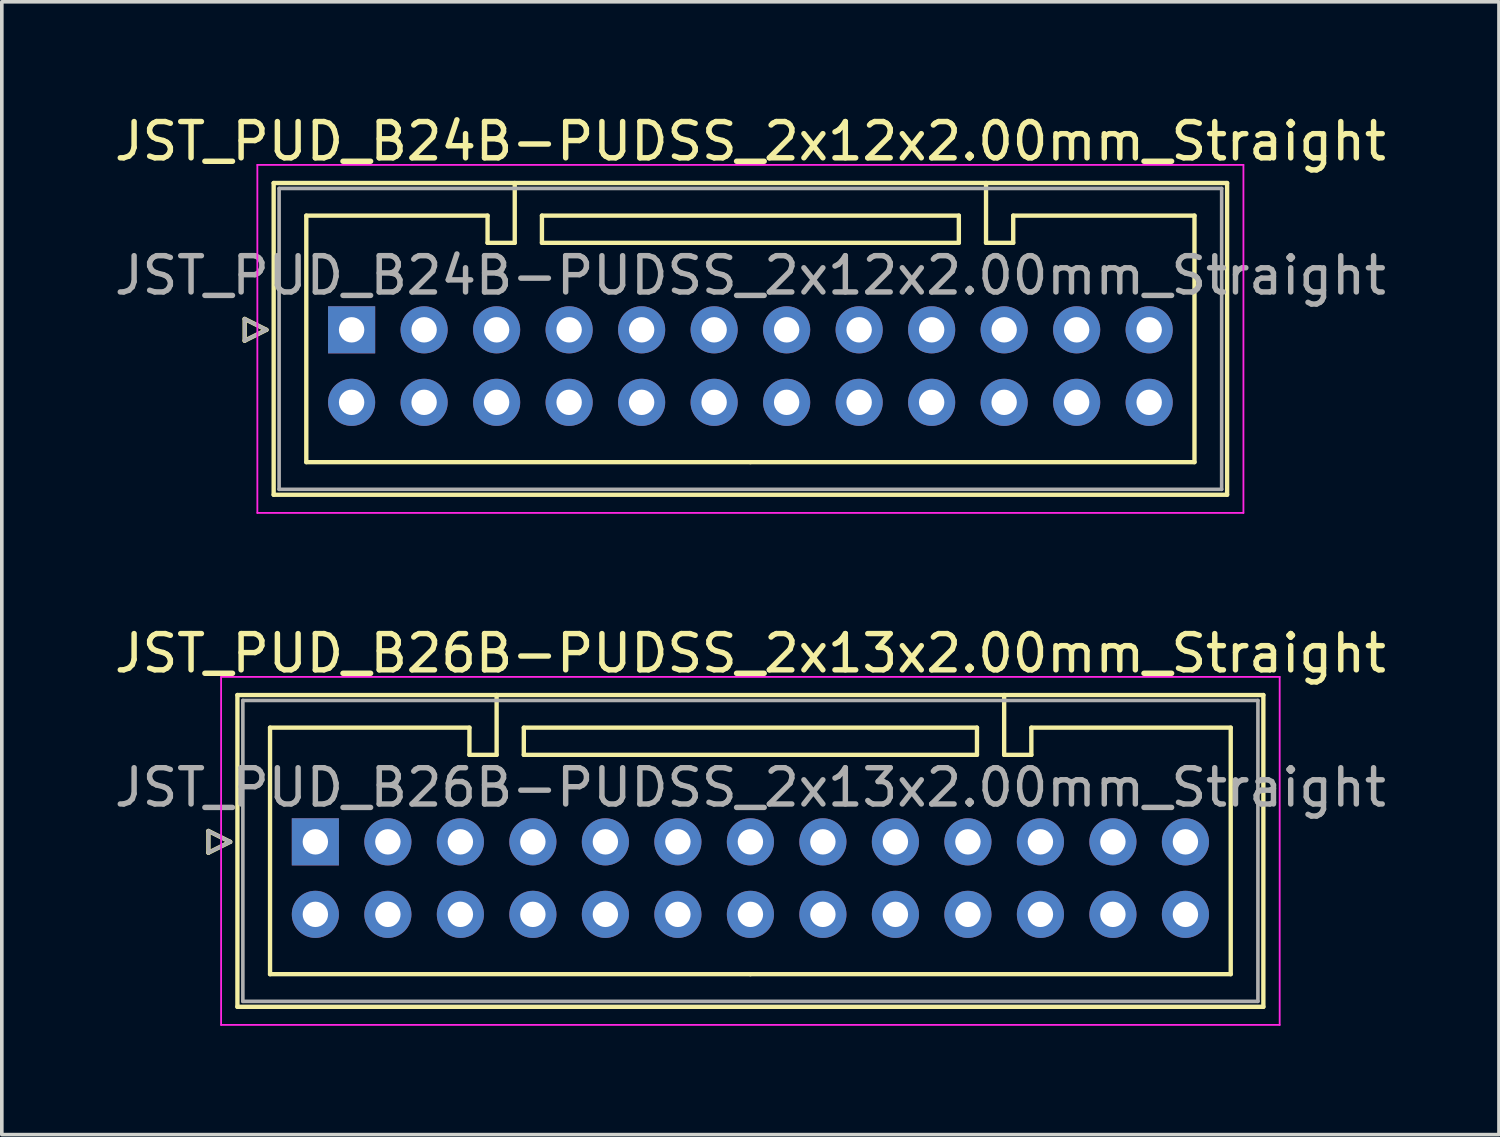
<source format=kicad_pcb>
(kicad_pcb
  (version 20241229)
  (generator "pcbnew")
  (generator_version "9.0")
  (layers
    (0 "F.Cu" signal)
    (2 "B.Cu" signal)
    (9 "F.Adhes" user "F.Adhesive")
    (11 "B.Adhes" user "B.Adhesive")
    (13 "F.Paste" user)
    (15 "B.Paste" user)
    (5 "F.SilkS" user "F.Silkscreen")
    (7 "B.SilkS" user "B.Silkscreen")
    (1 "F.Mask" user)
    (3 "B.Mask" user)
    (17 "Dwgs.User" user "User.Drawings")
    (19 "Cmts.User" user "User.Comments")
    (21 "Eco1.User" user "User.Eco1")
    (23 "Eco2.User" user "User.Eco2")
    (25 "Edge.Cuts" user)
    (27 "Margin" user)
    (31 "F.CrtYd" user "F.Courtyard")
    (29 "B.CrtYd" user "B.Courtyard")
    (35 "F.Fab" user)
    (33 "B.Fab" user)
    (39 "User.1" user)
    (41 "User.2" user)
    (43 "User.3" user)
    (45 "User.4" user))
  (footprint "JST_PUD_B26B-PUDSS_2x13x2.00mm_Straight"
    (layer "F.Cu")
    (at 5.649 20.172)
    (property "Reference" "JST_PUD_B26B-PUDSS_2x13x2.00mm_Straight" (at 12 -5.2 0) (layer "F.SilkS") (effects (font (size 1 1) (thickness 0.15))))
    (attr through_hole)
    (fp_line (start -2.95 -0.3) (end -2.35 0) (stroke (width 0.12) (type solid)) (layer "F.SilkS"))
    (fp_line (start -2.95 0.3) (end -2.95 -0.3) (stroke (width 0.12) (type solid)) (layer "F.SilkS"))
    (fp_line (start -2.35 0) (end -2.95 0.3) (stroke (width 0.12) (type solid)) (layer "F.SilkS"))
    (fp_line (start -2.15 -4.05) (end -2.15 4.55) (stroke (width 0.12) (type solid)) (layer "F.SilkS"))
    (fp_line (start -2.15 4.55) (end 26.15 4.55) (stroke (width 0.12) (type solid)) (layer "F.SilkS"))
    (fp_line (start -1.25 -3.15) (end -1.25 3.65) (stroke (width 0.12) (type solid)) (layer "F.SilkS"))
    (fp_line (start -1.25 3.65) (end 12 3.65) (stroke (width 0.12) (type solid)) (layer "F.SilkS"))
    (fp_line (start 4.25 -3.15) (end -1.25 -3.15) (stroke (width 0.12) (type solid)) (layer "F.SilkS"))
    (fp_line (start 4.25 -2.4) (end 4.25 -3.15) (stroke (width 0.12) (type solid)) (layer "F.SilkS"))
    (fp_line (start 5 -4.05) (end 5 -2.4) (stroke (width 0.12) (type solid)) (layer "F.SilkS"))
    (fp_line (start 5 -2.4) (end 4.25 -2.4) (stroke (width 0.12) (type solid)) (layer "F.SilkS"))
    (fp_line (start 5.75 -3.15) (end 5.75 -2.4) (stroke (width 0.12) (type solid)) (layer "F.SilkS"))
    (fp_line (start 5.75 -2.4) (end 18.25 -2.4) (stroke (width 0.12) (type solid)) (layer "F.SilkS"))
    (fp_line (start 18.25 -3.15) (end 5.75 -3.15) (stroke (width 0.12) (type solid)) (layer "F.SilkS"))
    (fp_line (start 18.25 -2.4) (end 18.25 -3.15) (stroke (width 0.12) (type solid)) (layer "F.SilkS"))
    (fp_line (start 19 -4.05) (end 19 -2.4) (stroke (width 0.12) (type solid)) (layer "F.SilkS"))
    (fp_line (start 19 -2.4) (end 19.75 -2.4) (stroke (width 0.12) (type solid)) (layer "F.SilkS"))
    (fp_line (start 19.75 -3.15) (end 25.25 -3.15) (stroke (width 0.12) (type solid)) (layer "F.SilkS"))
    (fp_line (start 19.75 -2.4) (end 19.75 -3.15) (stroke (width 0.12) (type solid)) (layer "F.SilkS"))
    (fp_line (start 25.25 -3.15) (end 25.25 3.65) (stroke (width 0.12) (type solid)) (layer "F.SilkS"))
    (fp_line (start 25.25 3.65) (end 12 3.65) (stroke (width 0.12) (type solid)) (layer "F.SilkS"))
    (fp_line (start 26.15 -4.05) (end -2.15 -4.05) (stroke (width 0.12) (type solid)) (layer "F.SilkS"))
    (fp_line (start 26.15 4.55) (end 26.15 -4.05) (stroke (width 0.12) (type solid)) (layer "F.SilkS"))
    (fp_line (start -2.6 -4.55) (end -2.6 5.05) (stroke (width 0.05) (type solid)) (layer "F.CrtYd"))
    (fp_line (start -2.6 5.05) (end 26.6 5.05) (stroke (width 0.05) (type solid)) (layer "F.CrtYd"))
    (fp_line (start 26.6 -4.55) (end -2.6 -4.55) (stroke (width 0.05) (type solid)) (layer "F.CrtYd"))
    (fp_line (start 26.6 5.05) (end 26.6 -4.55) (stroke (width 0.05) (type solid)) (layer "F.CrtYd"))
    (fp_line (start -2.95 -0.3) (end -2.35 0) (stroke (width 0.1) (type solid)) (layer "F.Fab"))
    (fp_line (start -2.95 0.3) (end -2.95 -0.3) (stroke (width 0.1) (type solid)) (layer "F.Fab"))
    (fp_line (start -2.35 0) (end -2.95 0.3) (stroke (width 0.1) (type solid)) (layer "F.Fab"))
    (fp_line (start -2 -3.9) (end -2 4.4) (stroke (width 0.1) (type solid)) (layer "F.Fab"))
    (fp_line (start -2 4.4) (end 26 4.4) (stroke (width 0.1) (type solid)) (layer "F.Fab"))
    (fp_line (start 26 -3.9) (end -2 -3.9) (stroke (width 0.1) (type solid)) (layer "F.Fab"))
    (fp_line (start 26 4.4) (end 26 -3.9) (stroke (width 0.1) (type solid)) (layer "F.Fab"))
    (fp_text user "${REFERENCE}" (at 12 -1.5 0) (layer "F.Fab") (effects (font (size 1 1) (thickness 0.15))))
    (pad "1" thru_hole rect (at 0 0) (size 1.3 1.3) (drill 0.7) (layers "*.Cu" "*.Mask"))
    (pad "2" thru_hole circle (at 0 2) (size 1.3 1.3) (drill 0.7) (layers "*.Cu" "*.Mask"))
    (pad "3" thru_hole circle (at 2 0) (size 1.3 1.3) (drill 0.7) (layers "*.Cu" "*.Mask"))
    (pad "4" thru_hole circle (at 2 2) (size 1.3 1.3) (drill 0.7) (layers "*.Cu" "*.Mask"))
    (pad "5" thru_hole circle (at 4 0) (size 1.3 1.3) (drill 0.7) (layers "*.Cu" "*.Mask"))
    (pad "6" thru_hole circle (at 4 2) (size 1.3 1.3) (drill 0.7) (layers "*.Cu" "*.Mask"))
    (pad "7" thru_hole circle (at 6 0) (size 1.3 1.3) (drill 0.7) (layers "*.Cu" "*.Mask"))
    (pad "8" thru_hole circle (at 6 2) (size 1.3 1.3) (drill 0.7) (layers "*.Cu" "*.Mask"))
    (pad "9" thru_hole circle (at 8 0) (size 1.3 1.3) (drill 0.7) (layers "*.Cu" "*.Mask"))
    (pad "10" thru_hole circle (at 8 2) (size 1.3 1.3) (drill 0.7) (layers "*.Cu" "*.Mask"))
    (pad "11" thru_hole circle (at 10 0) (size 1.3 1.3) (drill 0.7) (layers "*.Cu" "*.Mask"))
    (pad "12" thru_hole circle (at 10 2) (size 1.3 1.3) (drill 0.7) (layers "*.Cu" "*.Mask"))
    (pad "13" thru_hole circle (at 12 0) (size 1.3 1.3) (drill 0.7) (layers "*.Cu" "*.Mask"))
    (pad "14" thru_hole circle (at 12 2) (size 1.3 1.3) (drill 0.7) (layers "*.Cu" "*.Mask"))
    (pad "15" thru_hole circle (at 14 0) (size 1.3 1.3) (drill 0.7) (layers "*.Cu" "*.Mask"))
    (pad "16" thru_hole circle (at 14 2) (size 1.3 1.3) (drill 0.7) (layers "*.Cu" "*.Mask"))
    (pad "17" thru_hole circle (at 16 0) (size 1.3 1.3) (drill 0.7) (layers "*.Cu" "*.Mask"))
    (pad "18" thru_hole circle (at 16 2) (size 1.3 1.3) (drill 0.7) (layers "*.Cu" "*.Mask"))
    (pad "19" thru_hole circle (at 18 0) (size 1.3 1.3) (drill 0.7) (layers "*.Cu" "*.Mask"))
    (pad "20" thru_hole circle (at 18 2) (size 1.3 1.3) (drill 0.7) (layers "*.Cu" "*.Mask"))
    (pad "21" thru_hole circle (at 20 0) (size 1.3 1.3) (drill 0.7) (layers "*.Cu" "*.Mask"))
    (pad "22" thru_hole circle (at 20 2) (size 1.3 1.3) (drill 0.7) (layers "*.Cu" "*.Mask"))
    (pad "23" thru_hole circle (at 22 0) (size 1.3 1.3) (drill 0.7) (layers "*.Cu" "*.Mask"))
    (pad "24" thru_hole circle (at 22 2) (size 1.3 1.3) (drill 0.7) (layers "*.Cu" "*.Mask"))
    (pad "25" thru_hole circle (at 24 0) (size 1.3 1.3) (drill 0.7) (layers "*.Cu" "*.Mask"))
    (pad "26" thru_hole circle (at 24 2) (size 1.3 1.3) (drill 0.7) (layers "*.Cu" "*.Mask")))
  (footprint "JST_PUD_B24B-PUDSS_2x12x2.00mm_Straight"
    (layer "F.Cu")
    (at 6.649 6.048)
    (property "Reference" "JST_PUD_B24B-PUDSS_2x12x2.00mm_Straight" (at 11 -5.2 0) (layer "F.SilkS") (effects (font (size 1 1) (thickness 0.15))))
    (attr through_hole)
    (fp_line (start -2.95 -0.3) (end -2.35 0) (stroke (width 0.12) (type solid)) (layer "F.SilkS"))
    (fp_line (start -2.95 0.3) (end -2.95 -0.3) (stroke (width 0.12) (type solid)) (layer "F.SilkS"))
    (fp_line (start -2.35 0) (end -2.95 0.3) (stroke (width 0.12) (type solid)) (layer "F.SilkS"))
    (fp_line (start -2.15 -4.05) (end -2.15 4.55) (stroke (width 0.12) (type solid)) (layer "F.SilkS"))
    (fp_line (start -2.15 4.55) (end 24.15 4.55) (stroke (width 0.12) (type solid)) (layer "F.SilkS"))
    (fp_line (start -1.25 -3.15) (end -1.25 3.65) (stroke (width 0.12) (type solid)) (layer "F.SilkS"))
    (fp_line (start -1.25 3.65) (end 11 3.65) (stroke (width 0.12) (type solid)) (layer "F.SilkS"))
    (fp_line (start 3.75 -3.15) (end -1.25 -3.15) (stroke (width 0.12) (type solid)) (layer "F.SilkS"))
    (fp_line (start 3.75 -2.4) (end 3.75 -3.15) (stroke (width 0.12) (type solid)) (layer "F.SilkS"))
    (fp_line (start 4.5 -4.05) (end 4.5 -2.4) (stroke (width 0.12) (type solid)) (layer "F.SilkS"))
    (fp_line (start 4.5 -2.4) (end 3.75 -2.4) (stroke (width 0.12) (type solid)) (layer "F.SilkS"))
    (fp_line (start 5.25 -3.15) (end 5.25 -2.4) (stroke (width 0.12) (type solid)) (layer "F.SilkS"))
    (fp_line (start 5.25 -2.4) (end 16.75 -2.4) (stroke (width 0.12) (type solid)) (layer "F.SilkS"))
    (fp_line (start 16.75 -3.15) (end 5.25 -3.15) (stroke (width 0.12) (type solid)) (layer "F.SilkS"))
    (fp_line (start 16.75 -2.4) (end 16.75 -3.15) (stroke (width 0.12) (type solid)) (layer "F.SilkS"))
    (fp_line (start 17.5 -4.05) (end 17.5 -2.4) (stroke (width 0.12) (type solid)) (layer "F.SilkS"))
    (fp_line (start 17.5 -2.4) (end 18.25 -2.4) (stroke (width 0.12) (type solid)) (layer "F.SilkS"))
    (fp_line (start 18.25 -3.15) (end 23.25 -3.15) (stroke (width 0.12) (type solid)) (layer "F.SilkS"))
    (fp_line (start 18.25 -2.4) (end 18.25 -3.15) (stroke (width 0.12) (type solid)) (layer "F.SilkS"))
    (fp_line (start 23.25 -3.15) (end 23.25 3.65) (stroke (width 0.12) (type solid)) (layer "F.SilkS"))
    (fp_line (start 23.25 3.65) (end 11 3.65) (stroke (width 0.12) (type solid)) (layer "F.SilkS"))
    (fp_line (start 24.15 -4.05) (end -2.15 -4.05) (stroke (width 0.12) (type solid)) (layer "F.SilkS"))
    (fp_line (start 24.15 4.55) (end 24.15 -4.05) (stroke (width 0.12) (type solid)) (layer "F.SilkS"))
    (fp_line (start -2.6 -4.55) (end -2.6 5.05) (stroke (width 0.05) (type solid)) (layer "F.CrtYd"))
    (fp_line (start -2.6 5.05) (end 24.6 5.05) (stroke (width 0.05) (type solid)) (layer "F.CrtYd"))
    (fp_line (start 24.6 -4.55) (end -2.6 -4.55) (stroke (width 0.05) (type solid)) (layer "F.CrtYd"))
    (fp_line (start 24.6 5.05) (end 24.6 -4.55) (stroke (width 0.05) (type solid)) (layer "F.CrtYd"))
    (fp_line (start -2.95 -0.3) (end -2.35 0) (stroke (width 0.1) (type solid)) (layer "F.Fab"))
    (fp_line (start -2.95 0.3) (end -2.95 -0.3) (stroke (width 0.1) (type solid)) (layer "F.Fab"))
    (fp_line (start -2.35 0) (end -2.95 0.3) (stroke (width 0.1) (type solid)) (layer "F.Fab"))
    (fp_line (start -2 -3.9) (end -2 4.4) (stroke (width 0.1) (type solid)) (layer "F.Fab"))
    (fp_line (start -2 4.4) (end 24 4.4) (stroke (width 0.1) (type solid)) (layer "F.Fab"))
    (fp_line (start 24 -3.9) (end -2 -3.9) (stroke (width 0.1) (type solid)) (layer "F.Fab"))
    (fp_line (start 24 4.4) (end 24 -3.9) (stroke (width 0.1) (type solid)) (layer "F.Fab"))
    (fp_text user "${REFERENCE}" (at 11 -1.5 0) (layer "F.Fab") (effects (font (size 1 1) (thickness 0.15))))
    (pad "1" thru_hole rect (at 0 0) (size 1.3 1.3) (drill 0.7) (layers "*.Cu" "*.Mask"))
    (pad "2" thru_hole circle (at 0 2) (size 1.3 1.3) (drill 0.7) (layers "*.Cu" "*.Mask"))
    (pad "3" thru_hole circle (at 2 0) (size 1.3 1.3) (drill 0.7) (layers "*.Cu" "*.Mask"))
    (pad "4" thru_hole circle (at 2 2) (size 1.3 1.3) (drill 0.7) (layers "*.Cu" "*.Mask"))
    (pad "5" thru_hole circle (at 4 0) (size 1.3 1.3) (drill 0.7) (layers "*.Cu" "*.Mask"))
    (pad "6" thru_hole circle (at 4 2) (size 1.3 1.3) (drill 0.7) (layers "*.Cu" "*.Mask"))
    (pad "7" thru_hole circle (at 6 0) (size 1.3 1.3) (drill 0.7) (layers "*.Cu" "*.Mask"))
    (pad "8" thru_hole circle (at 6 2) (size 1.3 1.3) (drill 0.7) (layers "*.Cu" "*.Mask"))
    (pad "9" thru_hole circle (at 8 0) (size 1.3 1.3) (drill 0.7) (layers "*.Cu" "*.Mask"))
    (pad "10" thru_hole circle (at 8 2) (size 1.3 1.3) (drill 0.7) (layers "*.Cu" "*.Mask"))
    (pad "11" thru_hole circle (at 10 0) (size 1.3 1.3) (drill 0.7) (layers "*.Cu" "*.Mask"))
    (pad "12" thru_hole circle (at 10 2) (size 1.3 1.3) (drill 0.7) (layers "*.Cu" "*.Mask"))
    (pad "13" thru_hole circle (at 12 0) (size 1.3 1.3) (drill 0.7) (layers "*.Cu" "*.Mask"))
    (pad "14" thru_hole circle (at 12 2) (size 1.3 1.3) (drill 0.7) (layers "*.Cu" "*.Mask"))
    (pad "15" thru_hole circle (at 14 0) (size 1.3 1.3) (drill 0.7) (layers "*.Cu" "*.Mask"))
    (pad "16" thru_hole circle (at 14 2) (size 1.3 1.3) (drill 0.7) (layers "*.Cu" "*.Mask"))
    (pad "17" thru_hole circle (at 16 0) (size 1.3 1.3) (drill 0.7) (layers "*.Cu" "*.Mask"))
    (pad "18" thru_hole circle (at 16 2) (size 1.3 1.3) (drill 0.7) (layers "*.Cu" "*.Mask"))
    (pad "19" thru_hole circle (at 18 0) (size 1.3 1.3) (drill 0.7) (layers "*.Cu" "*.Mask"))
    (pad "20" thru_hole circle (at 18 2) (size 1.3 1.3) (drill 0.7) (layers "*.Cu" "*.Mask"))
    (pad "21" thru_hole circle (at 20 0) (size 1.3 1.3) (drill 0.7) (layers "*.Cu" "*.Mask"))
    (pad "22" thru_hole circle (at 20 2) (size 1.3 1.3) (drill 0.7) (layers "*.Cu" "*.Mask"))
    (pad "23" thru_hole circle (at 22 0) (size 1.3 1.3) (drill 0.7) (layers "*.Cu" "*.Mask"))
    (pad "24" thru_hole circle (at 22 2) (size 1.3 1.3) (drill 0.7) (layers "*.Cu" "*.Mask")))
  (gr_rect
    (start -3 -3)
    (end 38.298 28.247)
    (stroke (width 0.1) (type default))
    (fill no)
    (layer "Edge.Cuts")))
</source>
